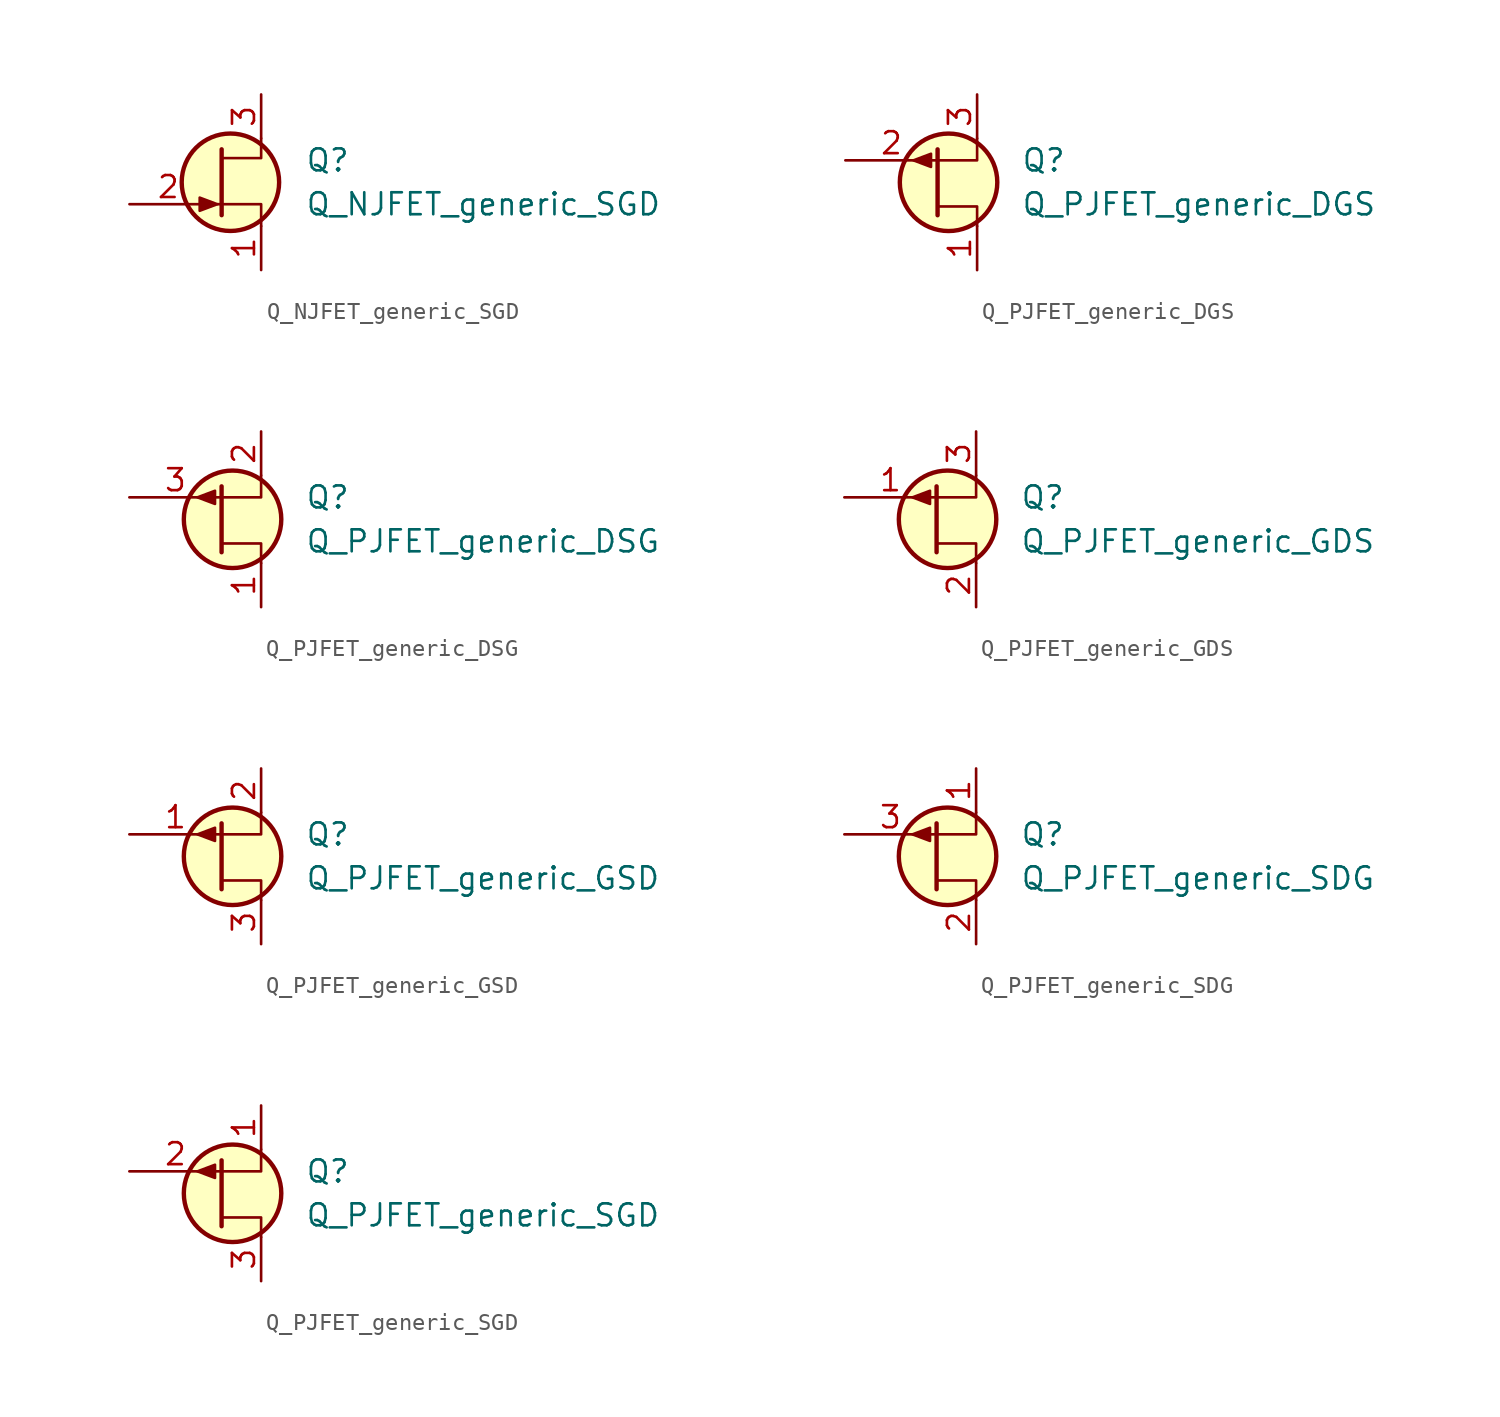
<source format=kicad_sym>
(kicad_symbol_lib
  (version 20211014)
  (generator kicad_symbol_editor)
  (symbol "Q_NJFET_generic_SGD"
    (pin_names hide)
    (property "Reference" "Q"
      (at 5.08 1.27 0)
      (effects (font (size 1.27 1.27)) (justify left)))
    (property "Value" "Q_NJFET_generic_SGD"
      (at 5.08 -1.27 0)
      (effects (font (size 1.27 1.27)) (justify left)))
    (symbol "Q_NJFET_generic_SGD_0_1"
      (polyline (pts (xy 0 -1.27) (xy 0.254 -1.27)) (stroke (width 0) (type default) (color 0 0 0 0)) (fill (type none)))
      (polyline (pts (xy 0.254 1.905) (xy 0.254 -1.905) (xy 0.254 -1.905)) (stroke (width 0.254) (type default) (color 0 0 0 0)) (fill (type none)))
      (polyline (pts (xy 2.54 -2.54) (xy 2.54 -1.27) (xy 0.254 -1.27)) (stroke (width 0) (type default) (color 0 0 0 0)) (fill (type none)))
      (polyline (pts (xy 2.54 2.54) (xy 2.54 1.397) (xy 0.254 1.397)) (stroke (width 0) (type default) (color 0 0 0 0)) (fill (type none)))
      (polyline (pts (xy 0 -1.27) (xy -1.016 -0.889) (xy -1.016 -1.651) (xy 0 -1.27)) (stroke (width 0) (type default) (color 0 0 0 0)) (fill (type outline)))
      (circle (center 0.762 0) (radius 2.819) (stroke (width 0.254) (type default) (color 0 0 0 0)) (fill (type background))))
    (symbol "Q_NJFET_generic_SGD_1_1"
      (pin passive line (at 2.54 -5.08 90) (length 2.54) (name "S" (effects (font (size 1.27 1.27)))) (number "1" (effects (font (size 1.27 1.27)))))
      (pin input line (at -5.08 -1.27 0) (length 4.496) (name "G" (effects (font (size 1.27 1.27)))) (number "2" (effects (font (size 1.27 1.27)))))
      (pin passive line (at 2.54 5.08 270) (length 2.54) (name "D" (effects (font (size 1.27 1.27)))) (number "3" (effects (font (size 1.27 1.27)))))))
  (symbol "Q_PJFET_generic_DGS"
    (pin_names hide)
    (property "Reference" "Q"
      (at 3.81 1.27 0)
      (effects (font (size 1.27 1.27)) (justify left)))
    (property "Value" "Q_PJFET_generic_DGS"
      (at 3.81 -1.27 0)
      (effects (font (size 1.27 1.27)) (justify left)))
    (symbol "Q_PJFET_generic_DGS_0_1"
      (circle (center -0.381 0) (radius 2.819) (stroke (width 0.254) (type default) (color 0 0 0 0)) (fill (type background)))
      (polyline (pts (xy -1.016 -1.905) (xy -1.016 1.905) (xy -1.016 1.905)) (stroke (width 0.254) (type default) (color 0 0 0 0)) (fill (type none)))
      (polyline (pts (xy 1.27 -2.54) (xy 1.27 -1.397) (xy -1.016 -1.397)) (stroke (width 0) (type default) (color 0 0 0 0)) (fill (type none)))
      (polyline (pts (xy 1.27 2.54) (xy 1.27 1.27) (xy -1.016 1.27)) (stroke (width 0) (type default) (color 0 0 0 0)) (fill (type none)))
      (polyline (pts (xy -2.413 1.27) (xy -1.397 0.889) (xy -1.397 1.651) (xy -2.413 1.27)) (stroke (width 0) (type default) (color 0 0 0 0)) (fill (type outline))))
    (symbol "Q_PJFET_generic_DGS_1_1"
      (pin passive line (at 1.27 -5.08 90) (length 2.54) (name "D" (effects (font (size 1.27 1.27)))) (number "1" (effects (font (size 1.27 1.27)))))
      (pin input line (at -6.35 1.27 0) (length 5.334) (name "G" (effects (font (size 1.27 1.27)))) (number "2" (effects (font (size 1.27 1.27)))))
      (pin passive line (at 1.27 5.08 270) (length 2.54) (name "S" (effects (font (size 1.27 1.27)))) (number "3" (effects (font (size 1.27 1.27)))))))
  (symbol "Q_PJFET_generic_DSG"
    (pin_names hide)
    (property "Reference" "Q"
      (at 3.81 1.27 0)
      (effects (font (size 1.27 1.27)) (justify left)))
    (property "Value" "Q_PJFET_generic_DSG"
      (at 3.81 -1.27 0)
      (effects (font (size 1.27 1.27)) (justify left)))
    (symbol "Q_PJFET_generic_DSG_0_1"
      (circle (center -0.381 0) (radius 2.819) (stroke (width 0.254) (type default) (color 0 0 0 0)) (fill (type background)))
      (polyline (pts (xy -1.016 -1.905) (xy -1.016 1.905) (xy -1.016 1.905)) (stroke (width 0.254) (type default) (color 0 0 0 0)) (fill (type none)))
      (polyline (pts (xy 1.27 -2.54) (xy 1.27 -1.397) (xy -1.016 -1.397)) (stroke (width 0) (type default) (color 0 0 0 0)) (fill (type none)))
      (polyline (pts (xy 1.27 2.54) (xy 1.27 1.27) (xy -1.016 1.27)) (stroke (width 0) (type default) (color 0 0 0 0)) (fill (type none)))
      (polyline (pts (xy -2.413 1.27) (xy -1.397 0.889) (xy -1.397 1.651) (xy -2.413 1.27)) (stroke (width 0) (type default) (color 0 0 0 0)) (fill (type outline))))
    (symbol "Q_PJFET_generic_DSG_1_1"
      (pin passive line (at 1.27 -5.08 90) (length 2.54) (name "D" (effects (font (size 1.27 1.27)))) (number "1" (effects (font (size 1.27 1.27)))))
      (pin passive line (at 1.27 5.08 270) (length 2.54) (name "S" (effects (font (size 1.27 1.27)))) (number "2" (effects (font (size 1.27 1.27)))))
      (pin input line (at -6.35 1.27 0) (length 5.334) (name "G" (effects (font (size 1.27 1.27)))) (number "3" (effects (font (size 1.27 1.27)))))))
  (symbol "Q_PJFET_generic_GDS"
    (pin_names hide)
    (property "Reference" "Q"
      (at 3.81 1.27 0)
      (effects (font (size 1.27 1.27)) (justify left)))
    (property "Value" "Q_PJFET_generic_GDS"
      (at 3.81 -1.27 0)
      (effects (font (size 1.27 1.27)) (justify left)))
    (symbol "Q_PJFET_generic_GDS_0_1"
      (circle (center -0.381 0) (radius 2.819) (stroke (width 0.254) (type default) (color 0 0 0 0)) (fill (type background)))
      (polyline (pts (xy -1.016 -1.905) (xy -1.016 1.905) (xy -1.016 1.905)) (stroke (width 0.254) (type default) (color 0 0 0 0)) (fill (type none)))
      (polyline (pts (xy 1.27 -2.54) (xy 1.27 -1.397) (xy -1.016 -1.397)) (stroke (width 0) (type default) (color 0 0 0 0)) (fill (type none)))
      (polyline (pts (xy 1.27 2.54) (xy 1.27 1.27) (xy -1.016 1.27)) (stroke (width 0) (type default) (color 0 0 0 0)) (fill (type none)))
      (polyline (pts (xy -2.413 1.27) (xy -1.397 0.889) (xy -1.397 1.651) (xy -2.413 1.27)) (stroke (width 0) (type default) (color 0 0 0 0)) (fill (type outline))))
    (symbol "Q_PJFET_generic_GDS_1_1"
      (pin input line (at -6.35 1.27 0) (length 5.334) (name "G" (effects (font (size 1.27 1.27)))) (number "1" (effects (font (size 1.27 1.27)))))
      (pin passive line (at 1.27 -5.08 90) (length 2.54) (name "D" (effects (font (size 1.27 1.27)))) (number "2" (effects (font (size 1.27 1.27)))))
      (pin passive line (at 1.27 5.08 270) (length 2.54) (name "S" (effects (font (size 1.27 1.27)))) (number "3" (effects (font (size 1.27 1.27)))))))
  (symbol "Q_PJFET_generic_GSD"
    (pin_names hide)
    (property "Reference" "Q"
      (at 3.81 1.27 0)
      (effects (font (size 1.27 1.27)) (justify left)))
    (property "Value" "Q_PJFET_generic_GSD"
      (at 3.81 -1.27 0)
      (effects (font (size 1.27 1.27)) (justify left)))
    (symbol "Q_PJFET_generic_GSD_0_1"
      (circle (center -0.381 0) (radius 2.819) (stroke (width 0.254) (type default) (color 0 0 0 0)) (fill (type background)))
      (polyline (pts (xy -1.016 -1.905) (xy -1.016 1.905) (xy -1.016 1.905)) (stroke (width 0.254) (type default) (color 0 0 0 0)) (fill (type none)))
      (polyline (pts (xy 1.27 -2.54) (xy 1.27 -1.397) (xy -1.016 -1.397)) (stroke (width 0) (type default) (color 0 0 0 0)) (fill (type none)))
      (polyline (pts (xy 1.27 2.54) (xy 1.27 1.27) (xy -1.016 1.27)) (stroke (width 0) (type default) (color 0 0 0 0)) (fill (type none)))
      (polyline (pts (xy -2.413 1.27) (xy -1.397 0.889) (xy -1.397 1.651) (xy -2.413 1.27)) (stroke (width 0) (type default) (color 0 0 0 0)) (fill (type outline))))
    (symbol "Q_PJFET_generic_GSD_1_1"
      (pin input line (at -6.35 1.27 0) (length 5.334) (name "G" (effects (font (size 1.27 1.27)))) (number "1" (effects (font (size 1.27 1.27)))))
      (pin passive line (at 1.27 5.08 270) (length 2.54) (name "S" (effects (font (size 1.27 1.27)))) (number "2" (effects (font (size 1.27 1.27)))))
      (pin passive line (at 1.27 -5.08 90) (length 2.54) (name "D" (effects (font (size 1.27 1.27)))) (number "3" (effects (font (size 1.27 1.27)))))))
  (symbol "Q_PJFET_generic_SDG"
    (pin_names hide)
    (property "Reference" "Q"
      (at 3.81 1.27 0)
      (effects (font (size 1.27 1.27)) (justify left)))
    (property "Value" "Q_PJFET_generic_SDG"
      (at 3.81 -1.27 0)
      (effects (font (size 1.27 1.27)) (justify left)))
    (symbol "Q_PJFET_generic_SDG_0_1"
      (circle (center -0.381 0) (radius 2.819) (stroke (width 0.254) (type default) (color 0 0 0 0)) (fill (type background)))
      (polyline (pts (xy -1.016 -1.905) (xy -1.016 1.905) (xy -1.016 1.905)) (stroke (width 0.254) (type default) (color 0 0 0 0)) (fill (type none)))
      (polyline (pts (xy 1.27 -2.54) (xy 1.27 -1.397) (xy -1.016 -1.397)) (stroke (width 0) (type default) (color 0 0 0 0)) (fill (type none)))
      (polyline (pts (xy 1.27 2.54) (xy 1.27 1.27) (xy -1.016 1.27)) (stroke (width 0) (type default) (color 0 0 0 0)) (fill (type none)))
      (polyline (pts (xy -2.413 1.27) (xy -1.397 0.889) (xy -1.397 1.651) (xy -2.413 1.27)) (stroke (width 0) (type default) (color 0 0 0 0)) (fill (type outline))))
    (symbol "Q_PJFET_generic_SDG_1_1"
      (pin passive line (at 1.27 5.08 270) (length 2.54) (name "S" (effects (font (size 1.27 1.27)))) (number "1" (effects (font (size 1.27 1.27)))))
      (pin passive line (at 1.27 -5.08 90) (length 2.54) (name "D" (effects (font (size 1.27 1.27)))) (number "2" (effects (font (size 1.27 1.27)))))
      (pin input line (at -6.35 1.27 0) (length 5.334) (name "G" (effects (font (size 1.27 1.27)))) (number "3" (effects (font (size 1.27 1.27)))))))
  (symbol "Q_PJFET_generic_SGD"
    (pin_names hide)
    (property "Reference" "Q"
      (at 3.81 1.27 0)
      (effects (font (size 1.27 1.27)) (justify left)))
    (property "Value" "Q_PJFET_generic_SGD"
      (at 3.81 -1.27 0)
      (effects (font (size 1.27 1.27)) (justify left)))
    (symbol "Q_PJFET_generic_SGD_0_1"
      (circle (center -0.381 0) (radius 2.819) (stroke (width 0.254) (type default) (color 0 0 0 0)) (fill (type background)))
      (polyline (pts (xy -1.016 -1.905) (xy -1.016 1.905) (xy -1.016 1.905)) (stroke (width 0.254) (type default) (color 0 0 0 0)) (fill (type none)))
      (polyline (pts (xy 1.27 -2.54) (xy 1.27 -1.397) (xy -1.016 -1.397)) (stroke (width 0) (type default) (color 0 0 0 0)) (fill (type none)))
      (polyline (pts (xy 1.27 2.54) (xy 1.27 1.27) (xy -1.016 1.27)) (stroke (width 0) (type default) (color 0 0 0 0)) (fill (type none)))
      (polyline (pts (xy -2.413 1.27) (xy -1.397 0.889) (xy -1.397 1.651) (xy -2.413 1.27)) (stroke (width 0) (type default) (color 0 0 0 0)) (fill (type outline))))
    (symbol "Q_PJFET_generic_SGD_1_1"
      (pin passive line (at 1.27 5.08 270) (length 2.54) (name "S" (effects (font (size 1.27 1.27)))) (number "1" (effects (font (size 1.27 1.27)))))
      (pin input line (at -6.35 1.27 0) (length 5.334) (name "G" (effects (font (size 1.27 1.27)))) (number "2" (effects (font (size 1.27 1.27)))))
      (pin passive line (at 1.27 -5.08 90) (length 2.54) (name "D" (effects (font (size 1.27 1.27)))) (number "3" (effects (font (size 1.27 1.27))))))))
</source>
